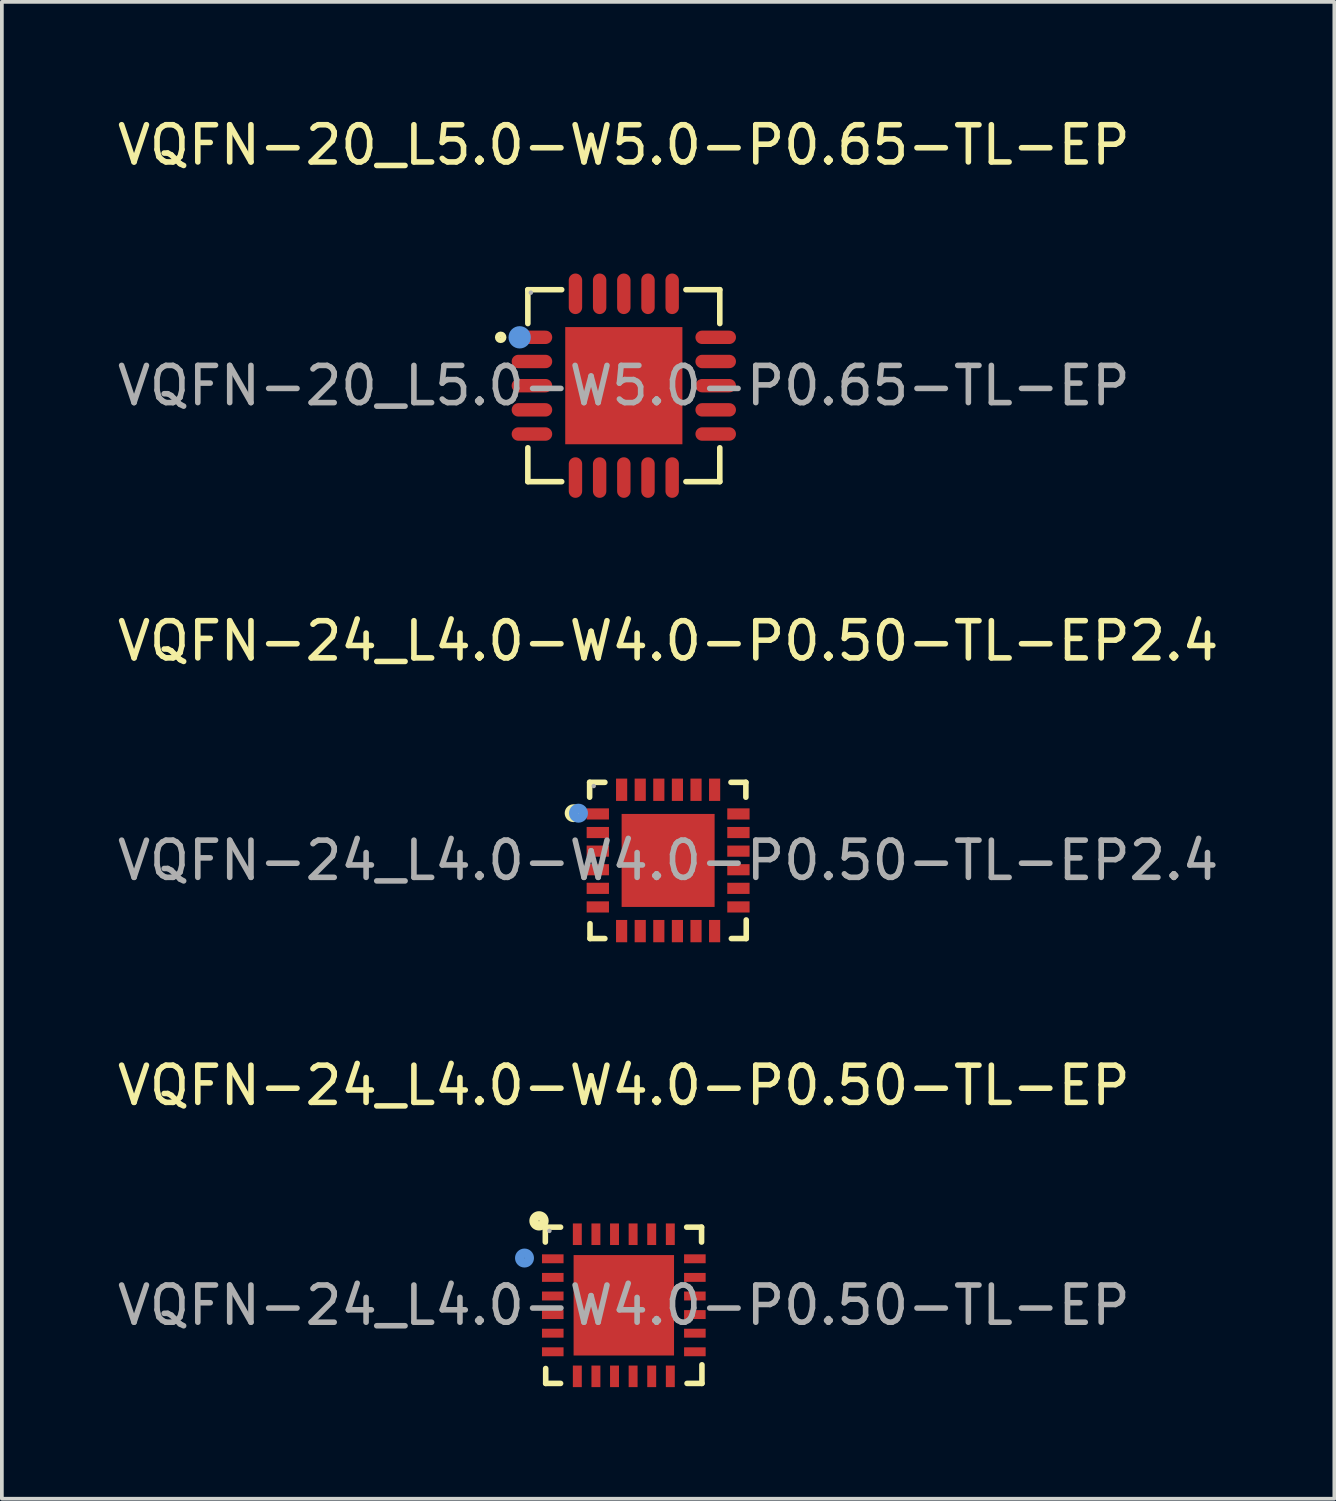
<source format=kicad_pcb>
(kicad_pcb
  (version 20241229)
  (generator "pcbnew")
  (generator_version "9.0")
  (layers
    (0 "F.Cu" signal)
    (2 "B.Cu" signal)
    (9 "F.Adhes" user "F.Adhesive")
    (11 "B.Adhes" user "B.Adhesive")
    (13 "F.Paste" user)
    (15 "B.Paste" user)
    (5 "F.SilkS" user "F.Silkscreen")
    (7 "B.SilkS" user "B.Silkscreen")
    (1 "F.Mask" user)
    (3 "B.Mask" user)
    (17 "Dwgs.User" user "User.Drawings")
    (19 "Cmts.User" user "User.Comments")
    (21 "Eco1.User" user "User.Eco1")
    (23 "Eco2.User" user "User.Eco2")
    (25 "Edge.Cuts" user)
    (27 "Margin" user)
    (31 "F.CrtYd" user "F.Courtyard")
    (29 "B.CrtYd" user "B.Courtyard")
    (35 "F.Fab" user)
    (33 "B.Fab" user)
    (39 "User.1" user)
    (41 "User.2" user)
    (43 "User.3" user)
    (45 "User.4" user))
  (footprint "VQFN-24_L4.0-W4.0-P0.50-TL-EP"
    (layer "F.Cu")
    (at 13.72 32.04)
    (property "Reference" "VQFN-24_L4.0-W4.0-P0.50-TL-EP" (at 0 -5.91 0) (layer "F.SilkS") (effects (font (size 1 1) (thickness 0.15))))
    (attr through_hole)
    (fp_line (start -2.11 -2.1) (end -1.7 -2.1) (stroke (width 0.15) (type solid)) (layer "F.SilkS"))
    (fp_line (start -2.11 -1.7) (end -2.11 -2.1) (stroke (width 0.15) (type solid)) (layer "F.SilkS"))
    (fp_line (start -2.1 1.7) (end -2.1 2.1) (stroke (width 0.15) (type solid)) (layer "F.SilkS"))
    (fp_line (start -2.1 2.1) (end -1.7 2.1) (stroke (width 0.15) (type solid)) (layer "F.SilkS"))
    (fp_line (start 1.69 -2.1) (end 2.09 -2.1) (stroke (width 0.15) (type solid)) (layer "F.SilkS"))
    (fp_line (start 2.09 -2.1) (end 2.09 -1.7) (stroke (width 0.15) (type solid)) (layer "F.SilkS"))
    (fp_line (start 2.1 1.6) (end 2.1 2.1) (stroke (width 0.15) (type solid)) (layer "F.SilkS"))
    (fp_line (start 2.1 2.1) (end 1.7 2.1) (stroke (width 0.15) (type solid)) (layer "F.SilkS"))
    (fp_circle (center -2.28 -2.27) (end -2.27 -2.27) (stroke (width 0.25) (type solid)) (fill no) (layer "F.SilkS"))
    (fp_circle (center -2.67 -1.27) (end -2.54 -1.27) (stroke (width 0.25) (type solid)) (fill no) (layer "Cmts.User"))
    (fp_circle (center -2 -2) (end -1.97 -2) (stroke (width 0.06) (type solid)) (fill no) (layer "F.Fab"))
    (fp_text user "${REFERENCE}" (at 0 0 0) (layer "F.Fab") (effects (font (size 1 1) (thickness 0.15))))
    (pad "1" smd rect (at -1.91 -1.25) (size 0.58 0.24) (layers "F.Cu" "F.Mask" "F.Paste"))
    (pad "2" smd rect (at -1.91 -0.75) (size 0.58 0.24) (layers "F.Cu" "F.Mask" "F.Paste"))
    (pad "3" smd rect (at -1.91 -0.25) (size 0.58 0.24) (layers "F.Cu" "F.Mask" "F.Paste"))
    (pad "4" smd rect (at -1.91 0.25) (size 0.58 0.24) (layers "F.Cu" "F.Mask" "F.Paste"))
    (pad "5" smd rect (at -1.91 0.75) (size 0.58 0.24) (layers "F.Cu" "F.Mask" "F.Paste"))
    (pad "6" smd rect (at -1.91 1.25) (size 0.58 0.24) (layers "F.Cu" "F.Mask" "F.Paste"))
    (pad "7" smd rect (at -1.25 1.91) (size 0.24 0.58) (layers "F.Cu" "F.Mask" "F.Paste"))
    (pad "8" smd rect (at -0.75 1.91) (size 0.24 0.58) (layers "F.Cu" "F.Mask" "F.Paste"))
    (pad "9" smd rect (at -0.25 1.91) (size 0.24 0.58) (layers "F.Cu" "F.Mask" "F.Paste"))
    (pad "10" smd rect (at 0.25 1.91) (size 0.24 0.58) (layers "F.Cu" "F.Mask" "F.Paste"))
    (pad "11" smd rect (at 0.75 1.91) (size 0.24 0.58) (layers "F.Cu" "F.Mask" "F.Paste"))
    (pad "12" smd rect (at 1.25 1.91) (size 0.24 0.58) (layers "F.Cu" "F.Mask" "F.Paste"))
    (pad "13" smd rect (at 1.91 1.25) (size 0.58 0.24) (layers "F.Cu" "F.Mask" "F.Paste"))
    (pad "14" smd rect (at 1.91 0.75) (size 0.58 0.24) (layers "F.Cu" "F.Mask" "F.Paste"))
    (pad "15" smd rect (at 1.91 0.25) (size 0.58 0.24) (layers "F.Cu" "F.Mask" "F.Paste"))
    (pad "16" smd rect (at 1.91 -0.25) (size 0.58 0.24) (layers "F.Cu" "F.Mask" "F.Paste"))
    (pad "17" smd rect (at 1.91 -0.75) (size 0.58 0.24) (layers "F.Cu" "F.Mask" "F.Paste"))
    (pad "18" smd rect (at 1.91 -1.25) (size 0.58 0.24) (layers "F.Cu" "F.Mask" "F.Paste"))
    (pad "19" smd rect (at 1.25 -1.91) (size 0.24 0.58) (layers "F.Cu" "F.Mask" "F.Paste"))
    (pad "20" smd rect (at 0.75 -1.91) (size 0.24 0.58) (layers "F.Cu" "F.Mask" "F.Paste"))
    (pad "21" smd rect (at 0.25 -1.91) (size 0.24 0.58) (layers "F.Cu" "F.Mask" "F.Paste"))
    (pad "22" smd rect (at -0.25 -1.91) (size 0.24 0.58) (layers "F.Cu" "F.Mask" "F.Paste"))
    (pad "23" smd rect (at -0.75 -1.91) (size 0.24 0.58) (layers "F.Cu" "F.Mask" "F.Paste"))
    (pad "24" smd rect (at -1.25 -1.91) (size 0.24 0.58) (layers "F.Cu" "F.Mask" "F.Paste"))
    (pad "25" smd rect (at 0 0) (size 2.7 2.7) (layers "F.Cu" "F.Mask" "F.Paste")))
  (footprint "VQFN-20_L5.0-W5.0-P0.65-TL-EP"
    (layer "F.Cu")
    (at 13.72 7.318)
    (property "Reference" "VQFN-20_L5.0-W5.0-P0.65-TL-EP" (at 0 -6.47 0) (layer "F.SilkS") (effects (font (size 1 1) (thickness 0.15))))
    (attr through_hole)
    (fp_line (start -2.58 -2.58) (end -2.58 -1.67) (stroke (width 0.15) (type solid)) (layer "F.SilkS"))
    (fp_line (start -2.58 2.58) (end -2.58 1.67) (stroke (width 0.15) (type solid)) (layer "F.SilkS"))
    (fp_line (start -1.67 -2.58) (end -2.58 -2.58) (stroke (width 0.15) (type solid)) (layer "F.SilkS"))
    (fp_line (start -1.67 2.58) (end -2.58 2.58) (stroke (width 0.15) (type solid)) (layer "F.SilkS"))
    (fp_line (start 1.67 -2.58) (end 2.58 -2.58) (stroke (width 0.15) (type solid)) (layer "F.SilkS"))
    (fp_line (start 1.67 2.58) (end 2.58 2.58) (stroke (width 0.15) (type solid)) (layer "F.SilkS"))
    (fp_line (start 2.58 -2.58) (end 2.58 -1.67) (stroke (width 0.15) (type solid)) (layer "F.SilkS"))
    (fp_line (start 2.58 2.58) (end 2.58 1.67) (stroke (width 0.15) (type solid)) (layer "F.SilkS"))
    (fp_circle (center -3.31 -1.3) (end -3.23 -1.3) (stroke (width 0.15) (type solid)) (fill no) (layer "F.SilkS"))
    (fp_circle (center -2.8 -1.3) (end -2.65 -1.3) (stroke (width 0.3) (type solid)) (fill no) (layer "Cmts.User"))
    (fp_circle (center -2.5 -2.5) (end -2.47 -2.5) (stroke (width 0.06) (type solid)) (fill no) (layer "F.Fab"))
    (fp_text user "${REFERENCE}" (at 0 0 0) (layer "F.Fab") (effects (font (size 1 1) (thickness 0.15))))
    (pad "1" smd oval (at -2.47 -1.3) (size 1.09 0.36) (layers "F.Cu" "F.Mask" "F.Paste"))
    (pad "2" smd oval (at -2.47 -0.65) (size 1.09 0.36) (layers "F.Cu" "F.Mask" "F.Paste"))
    (pad "3" smd oval (at -2.47 0) (size 1.09 0.36) (layers "F.Cu" "F.Mask" "F.Paste"))
    (pad "4" smd oval (at -2.47 0.65) (size 1.09 0.36) (layers "F.Cu" "F.Mask" "F.Paste"))
    (pad "5" smd oval (at -2.47 1.3) (size 1.09 0.36) (layers "F.Cu" "F.Mask" "F.Paste"))
    (pad "6" smd oval (at -1.3 2.47) (size 0.36 1.09) (layers "F.Cu" "F.Mask" "F.Paste"))
    (pad "7" smd oval (at -0.65 2.47) (size 0.36 1.09) (layers "F.Cu" "F.Mask" "F.Paste"))
    (pad "8" smd oval (at 0 2.47) (size 0.36 1.09) (layers "F.Cu" "F.Mask" "F.Paste"))
    (pad "9" smd oval (at 0.65 2.47) (size 0.36 1.09) (layers "F.Cu" "F.Mask" "F.Paste"))
    (pad "10" smd oval (at 1.3 2.47) (size 0.36 1.09) (layers "F.Cu" "F.Mask" "F.Paste"))
    (pad "11" smd oval (at 2.47 1.3) (size 1.09 0.36) (layers "F.Cu" "F.Mask" "F.Paste"))
    (pad "12" smd oval (at 2.47 0.65) (size 1.09 0.36) (layers "F.Cu" "F.Mask" "F.Paste"))
    (pad "13" smd oval (at 2.47 0) (size 1.09 0.36) (layers "F.Cu" "F.Mask" "F.Paste"))
    (pad "14" smd oval (at 2.47 -0.65) (size 1.09 0.36) (layers "F.Cu" "F.Mask" "F.Paste"))
    (pad "15" smd oval (at 2.47 -1.3) (size 1.09 0.36) (layers "F.Cu" "F.Mask" "F.Paste"))
    (pad "16" smd oval (at 1.3 -2.47) (size 0.36 1.09) (layers "F.Cu" "F.Mask" "F.Paste"))
    (pad "17" smd oval (at 0.65 -2.47) (size 0.36 1.09) (layers "F.Cu" "F.Mask" "F.Paste"))
    (pad "18" smd oval (at 0 -2.47) (size 0.36 1.09) (layers "F.Cu" "F.Mask" "F.Paste"))
    (pad "19" smd oval (at -0.65 -2.47) (size 0.36 1.09) (layers "F.Cu" "F.Mask" "F.Paste"))
    (pad "20" smd oval (at -1.3 -2.47) (size 0.36 1.09) (layers "F.Cu" "F.Mask" "F.Paste"))
    (pad "21" smd rect (at 0 0) (size 3.15 3.15) (layers "F.Cu" "F.Mask" "F.Paste")))
  (footprint "VQFN-24_L4.0-W4.0-P0.50-TL-EP2.4"
    (layer "F.Cu")
    (at 14.911 20.081)
    (property "Reference" "VQFN-24_L4.0-W4.0-P0.50-TL-EP2.4" (at 0 -5.9 0) (layer "F.SilkS") (effects (font (size 1 1) (thickness 0.15))))
    (attr through_hole)
    (fp_line (start -2.11 -2.1) (end -1.7 -2.1) (stroke (width 0.15) (type solid)) (layer "F.SilkS"))
    (fp_line (start -2.11 -1.7) (end -2.11 -2.1) (stroke (width 0.15) (type solid)) (layer "F.SilkS"))
    (fp_line (start -2.1 1.7) (end -2.1 2.1) (stroke (width 0.15) (type solid)) (layer "F.SilkS"))
    (fp_line (start -2.1 2.1) (end -1.7 2.1) (stroke (width 0.15) (type solid)) (layer "F.SilkS"))
    (fp_line (start 1.69 -2.1) (end 2.09 -2.1) (stroke (width 0.15) (type solid)) (layer "F.SilkS"))
    (fp_line (start 2.09 -2.1) (end 2.09 -1.7) (stroke (width 0.15) (type solid)) (layer "F.SilkS"))
    (fp_line (start 2.1 1.6) (end 2.1 2.1) (stroke (width 0.15) (type solid)) (layer "F.SilkS"))
    (fp_line (start 2.1 2.1) (end 1.7 2.1) (stroke (width 0.15) (type solid)) (layer "F.SilkS"))
    (fp_circle (center -2.54 -1.27) (end -2.42 -1.27) (stroke (width 0.24) (type solid)) (fill no) (layer "F.SilkS"))
    (fp_circle (center -2.41 -1.27) (end -2.28 -1.27) (stroke (width 0.25) (type solid)) (fill no) (layer "Cmts.User"))
    (fp_circle (center -2 -2) (end -1.97 -2) (stroke (width 0.06) (type solid)) (fill no) (layer "F.Fab"))
    (fp_text user "${REFERENCE}" (at 0 0 0) (layer "F.Fab") (effects (font (size 1 1) (thickness 0.15))))
    (pad "1" smd rect (at -1.89 -1.25 90) (size 0.3 0.6) (layers "F.Cu" "F.Mask" "F.Paste"))
    (pad "2" smd rect (at -1.89 -0.75 90) (size 0.3 0.6) (layers "F.Cu" "F.Mask" "F.Paste"))
    (pad "3" smd rect (at -1.89 -0.25 90) (size 0.3 0.6) (layers "F.Cu" "F.Mask" "F.Paste"))
    (pad "4" smd rect (at -1.89 0.25 90) (size 0.3 0.6) (layers "F.Cu" "F.Mask" "F.Paste"))
    (pad "5" smd rect (at -1.89 0.75 90) (size 0.3 0.6) (layers "F.Cu" "F.Mask" "F.Paste"))
    (pad "6" smd rect (at -1.89 1.25 90) (size 0.3 0.6) (layers "F.Cu" "F.Mask" "F.Paste"))
    (pad "7" smd rect (at -1.25 1.9 180) (size 0.3 0.6) (layers "F.Cu" "F.Mask" "F.Paste"))
    (pad "8" smd rect (at -0.75 1.9 180) (size 0.3 0.6) (layers "F.Cu" "F.Mask" "F.Paste"))
    (pad "9" smd rect (at -0.25 1.9 180) (size 0.3 0.6) (layers "F.Cu" "F.Mask" "F.Paste"))
    (pad "10" smd rect (at 0.25 1.9 180) (size 0.3 0.6) (layers "F.Cu" "F.Mask" "F.Paste"))
    (pad "11" smd rect (at 0.75 1.9 180) (size 0.3 0.6) (layers "F.Cu" "F.Mask" "F.Paste"))
    (pad "12" smd rect (at 1.25 1.9 180) (size 0.3 0.6) (layers "F.Cu" "F.Mask" "F.Paste"))
    (pad "13" smd rect (at 1.89 1.25 270) (size 0.3 0.6) (layers "F.Cu" "F.Mask" "F.Paste"))
    (pad "14" smd rect (at 1.89 0.75 270) (size 0.3 0.6) (layers "F.Cu" "F.Mask" "F.Paste"))
    (pad "15" smd rect (at 1.89 0.25 270) (size 0.3 0.6) (layers "F.Cu" "F.Mask" "F.Paste"))
    (pad "16" smd rect (at 1.89 -0.25 270) (size 0.3 0.6) (layers "F.Cu" "F.Mask" "F.Paste"))
    (pad "17" smd rect (at 1.89 -0.75 270) (size 0.3 0.6) (layers "F.Cu" "F.Mask" "F.Paste"))
    (pad "18" smd rect (at 1.89 -1.25 270) (size 0.3 0.6) (layers "F.Cu" "F.Mask" "F.Paste"))
    (pad "19" smd rect (at 1.25 -1.9) (size 0.3 0.6) (layers "F.Cu" "F.Mask" "F.Paste"))
    (pad "20" smd rect (at 0.75 -1.9) (size 0.3 0.6) (layers "F.Cu" "F.Mask" "F.Paste"))
    (pad "21" smd rect (at 0.25 -1.9) (size 0.3 0.6) (layers "F.Cu" "F.Mask" "F.Paste"))
    (pad "22" smd rect (at -0.25 -1.9) (size 0.3 0.6) (layers "F.Cu" "F.Mask" "F.Paste"))
    (pad "23" smd rect (at -0.75 -1.9) (size 0.3 0.6) (layers "F.Cu" "F.Mask" "F.Paste"))
    (pad "24" smd rect (at -1.25 -1.9) (size 0.3 0.6) (layers "F.Cu" "F.Mask" "F.Paste"))
    (pad "25" smd rect (at 0 0) (size 2.5 2.5) (layers "F.Cu" "F.Mask" "F.Paste")))
  (gr_rect
    (start -3 -3)
    (end 32.821 37.24)
    (stroke (width 0.1) (type default))
    (fill no)
    (layer "Edge.Cuts")))
</source>
